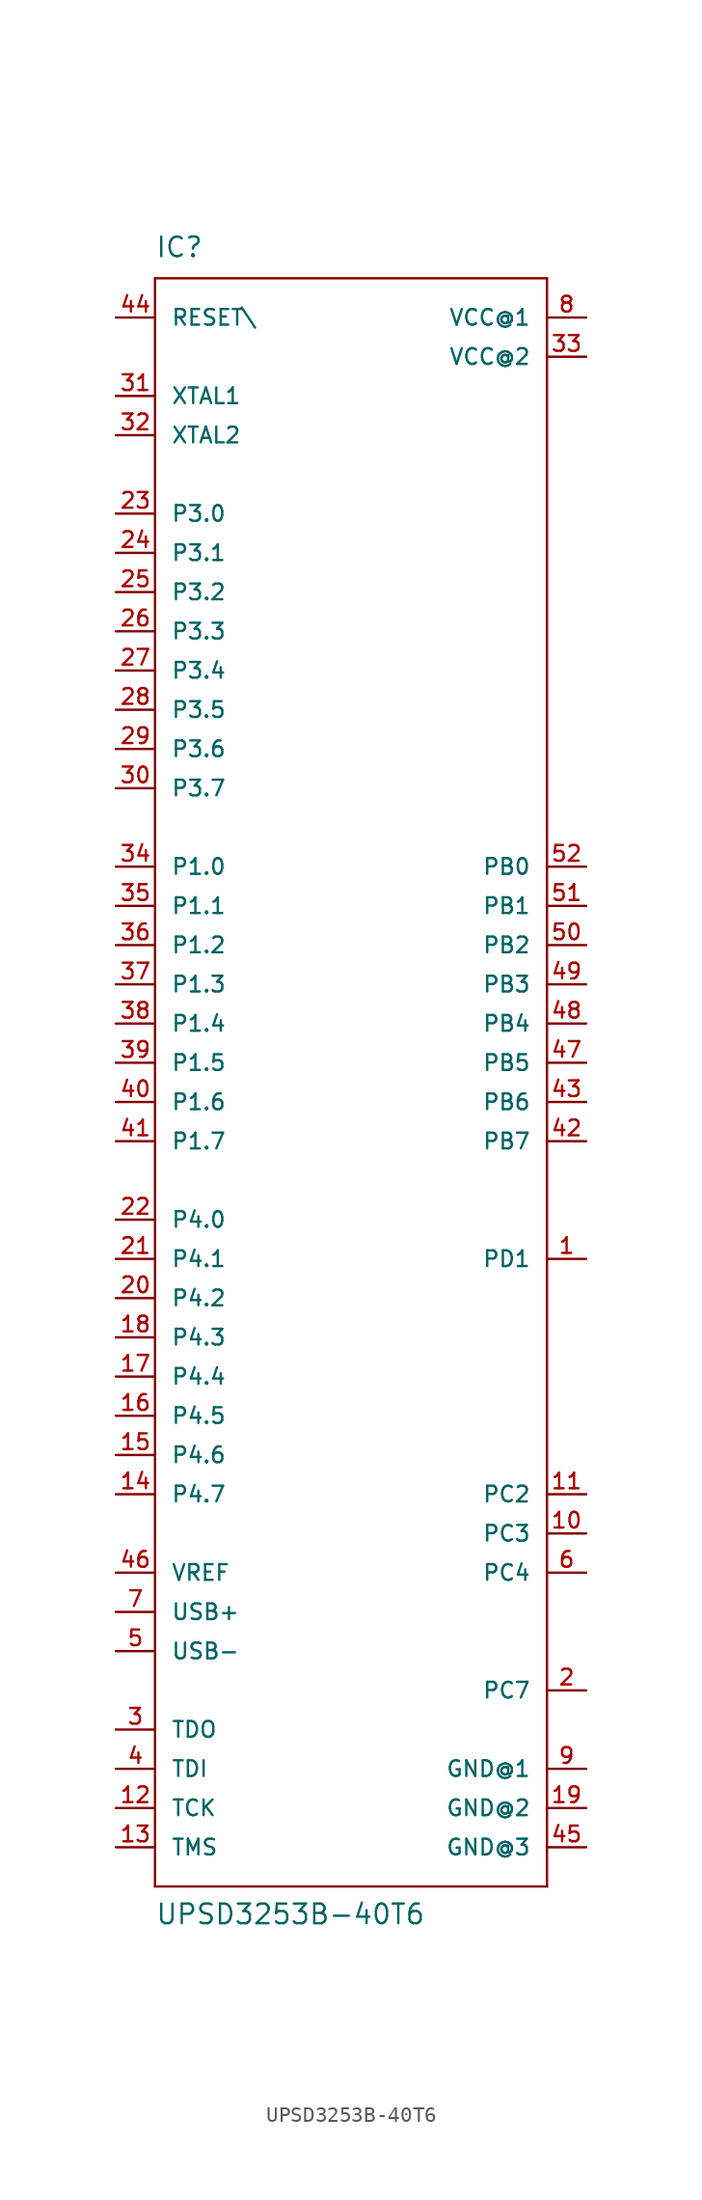
<source format=kicad_sym>
(kicad_symbol_lib
  (version 20211014)
  (generator kicad_symbol_editor)
  (symbol "UPSD3253B-40T6"
    (pin_names
      (offset 1.016))
    (property "Reference" "IC"
      (at -12.7 52.07 0)
      (effects (font (size 1.27 1.27)) (justify left bottom)))
    (property "Value" "UPSD3253B-40T6"
      (at -12.7 -55.88 0)
      (effects (font (size 1.27 1.27)) (justify left bottom)))
    (property "ki_locked" ""
      (at 0 0 0)
      (effects (font (size 1.27 1.27))))
    (symbol "UPSD3253B-40T6_1_0"
      (polyline (pts (xy -12.7 -53.34) (xy -12.7 50.8)) (stroke (width 0) (type default) (color 0 0 0 0)) (fill (type none)))
      (polyline (pts (xy -12.7 50.8) (xy 12.7 50.8)) (stroke (width 0) (type default) (color 0 0 0 0)) (fill (type none)))
      (polyline (pts (xy 12.7 -53.34) (xy -12.7 -53.34)) (stroke (width 0) (type default) (color 0 0 0 0)) (fill (type none)))
      (polyline (pts (xy 12.7 50.8) (xy 12.7 -53.34)) (stroke (width 0) (type default) (color 0 0 0 0)) (fill (type none))))
    (symbol "UPSD3253B-40T6_1_1"
      (pin bidirectional line (at 15.24 -12.7 180) (length 2.54) (name "PD1" (effects (font (size 1.016 1.016)))) (number "1" (effects (font (size 1.016 1.016)))))
      (pin bidirectional line (at 15.24 -30.48 180) (length 2.54) (name "PC3" (effects (font (size 1.016 1.016)))) (number "10" (effects (font (size 1.016 1.016)))))
      (pin bidirectional line (at 15.24 -27.94 180) (length 2.54) (name "PC2" (effects (font (size 1.016 1.016)))) (number "11" (effects (font (size 1.016 1.016)))))
      (pin input line (at -15.24 -48.26 0) (length 2.54) (name "TCK" (effects (font (size 1.016 1.016)))) (number "12" (effects (font (size 1.016 1.016)))))
      (pin input line (at -15.24 -50.8 0) (length 2.54) (name "TMS" (effects (font (size 1.016 1.016)))) (number "13" (effects (font (size 1.016 1.016)))))
      (pin bidirectional line (at -15.24 -27.94 0) (length 2.54) (name "P4.7" (effects (font (size 1.016 1.016)))) (number "14" (effects (font (size 1.016 1.016)))))
      (pin bidirectional line (at -15.24 -25.4 0) (length 2.54) (name "P4.6" (effects (font (size 1.016 1.016)))) (number "15" (effects (font (size 1.016 1.016)))))
      (pin bidirectional line (at -15.24 -22.86 0) (length 2.54) (name "P4.5" (effects (font (size 1.016 1.016)))) (number "16" (effects (font (size 1.016 1.016)))))
      (pin bidirectional line (at -15.24 -20.32 0) (length 2.54) (name "P4.4" (effects (font (size 1.016 1.016)))) (number "17" (effects (font (size 1.016 1.016)))))
      (pin bidirectional line (at -15.24 -17.78 0) (length 2.54) (name "P4.3" (effects (font (size 1.016 1.016)))) (number "18" (effects (font (size 1.016 1.016)))))
      (pin power_in line (at 15.24 -48.26 180) (length 2.54) (name "GND@2" (effects (font (size 1.016 1.016)))) (number "19" (effects (font (size 1.016 1.016)))))
      (pin bidirectional line (at 15.24 -40.64 180) (length 2.54) (name "PC7" (effects (font (size 1.016 1.016)))) (number "2" (effects (font (size 1.016 1.016)))))
      (pin bidirectional line (at -15.24 -15.24 0) (length 2.54) (name "P4.2" (effects (font (size 1.016 1.016)))) (number "20" (effects (font (size 1.016 1.016)))))
      (pin bidirectional line (at -15.24 -12.7 0) (length 2.54) (name "P4.1" (effects (font (size 1.016 1.016)))) (number "21" (effects (font (size 1.016 1.016)))))
      (pin bidirectional line (at -15.24 -10.16 0) (length 2.54) (name "P4.0" (effects (font (size 1.016 1.016)))) (number "22" (effects (font (size 1.016 1.016)))))
      (pin bidirectional line (at -15.24 35.56 0) (length 2.54) (name "P3.0" (effects (font (size 1.016 1.016)))) (number "23" (effects (font (size 1.016 1.016)))))
      (pin bidirectional line (at -15.24 33.02 0) (length 2.54) (name "P3.1" (effects (font (size 1.016 1.016)))) (number "24" (effects (font (size 1.016 1.016)))))
      (pin bidirectional line (at -15.24 30.48 0) (length 2.54) (name "P3.2" (effects (font (size 1.016 1.016)))) (number "25" (effects (font (size 1.016 1.016)))))
      (pin bidirectional line (at -15.24 27.94 0) (length 2.54) (name "P3.3" (effects (font (size 1.016 1.016)))) (number "26" (effects (font (size 1.016 1.016)))))
      (pin bidirectional line (at -15.24 25.4 0) (length 2.54) (name "P3.4" (effects (font (size 1.016 1.016)))) (number "27" (effects (font (size 1.016 1.016)))))
      (pin bidirectional line (at -15.24 22.86 0) (length 2.54) (name "P3.5" (effects (font (size 1.016 1.016)))) (number "28" (effects (font (size 1.016 1.016)))))
      (pin bidirectional line (at -15.24 20.32 0) (length 2.54) (name "P3.6" (effects (font (size 1.016 1.016)))) (number "29" (effects (font (size 1.016 1.016)))))
      (pin output line (at -15.24 -43.18 0) (length 2.54) (name "TDO" (effects (font (size 1.016 1.016)))) (number "3" (effects (font (size 1.016 1.016)))))
      (pin bidirectional line (at -15.24 17.78 0) (length 2.54) (name "P3.7" (effects (font (size 1.016 1.016)))) (number "30" (effects (font (size 1.016 1.016)))))
      (pin input line (at -15.24 43.18 0) (length 2.54) (name "XTAL1" (effects (font (size 1.016 1.016)))) (number "31" (effects (font (size 1.016 1.016)))))
      (pin output line (at -15.24 40.64 0) (length 2.54) (name "XTAL2" (effects (font (size 1.016 1.016)))) (number "32" (effects (font (size 1.016 1.016)))))
      (pin power_in line (at 15.24 45.72 180) (length 2.54) (name "VCC@2" (effects (font (size 1.016 1.016)))) (number "33" (effects (font (size 1.016 1.016)))))
      (pin bidirectional line (at -15.24 12.7 0) (length 2.54) (name "P1.0" (effects (font (size 1.016 1.016)))) (number "34" (effects (font (size 1.016 1.016)))))
      (pin bidirectional line (at -15.24 10.16 0) (length 2.54) (name "P1.1" (effects (font (size 1.016 1.016)))) (number "35" (effects (font (size 1.016 1.016)))))
      (pin bidirectional line (at -15.24 7.62 0) (length 2.54) (name "P1.2" (effects (font (size 1.016 1.016)))) (number "36" (effects (font (size 1.016 1.016)))))
      (pin bidirectional line (at -15.24 5.08 0) (length 2.54) (name "P1.3" (effects (font (size 1.016 1.016)))) (number "37" (effects (font (size 1.016 1.016)))))
      (pin bidirectional line (at -15.24 2.54 0) (length 2.54) (name "P1.4" (effects (font (size 1.016 1.016)))) (number "38" (effects (font (size 1.016 1.016)))))
      (pin bidirectional line (at -15.24 0 0) (length 2.54) (name "P1.5" (effects (font (size 1.016 1.016)))) (number "39" (effects (font (size 1.016 1.016)))))
      (pin input line (at -15.24 -45.72 0) (length 2.54) (name "TDI" (effects (font (size 1.016 1.016)))) (number "4" (effects (font (size 1.016 1.016)))))
      (pin bidirectional line (at -15.24 -2.54 0) (length 2.54) (name "P1.6" (effects (font (size 1.016 1.016)))) (number "40" (effects (font (size 1.016 1.016)))))
      (pin bidirectional line (at -15.24 -5.08 0) (length 2.54) (name "P1.7" (effects (font (size 1.016 1.016)))) (number "41" (effects (font (size 1.016 1.016)))))
      (pin bidirectional line (at 15.24 -5.08 180) (length 2.54) (name "PB7" (effects (font (size 1.016 1.016)))) (number "42" (effects (font (size 1.016 1.016)))))
      (pin bidirectional line (at 15.24 -2.54 180) (length 2.54) (name "PB6" (effects (font (size 1.016 1.016)))) (number "43" (effects (font (size 1.016 1.016)))))
      (pin input line (at -15.24 48.26 0) (length 2.54) (name "RESET\\" (effects (font (size 1.016 1.016)))) (number "44" (effects (font (size 1.016 1.016)))))
      (pin power_in line (at 15.24 -50.8 180) (length 2.54) (name "GND@3" (effects (font (size 1.016 1.016)))) (number "45" (effects (font (size 1.016 1.016)))))
      (pin output line (at -15.24 -33.02 0) (length 2.54) (name "VREF" (effects (font (size 1.016 1.016)))) (number "46" (effects (font (size 1.016 1.016)))))
      (pin bidirectional line (at 15.24 0 180) (length 2.54) (name "PB5" (effects (font (size 1.016 1.016)))) (number "47" (effects (font (size 1.016 1.016)))))
      (pin bidirectional line (at 15.24 2.54 180) (length 2.54) (name "PB4" (effects (font (size 1.016 1.016)))) (number "48" (effects (font (size 1.016 1.016)))))
      (pin bidirectional line (at 15.24 5.08 180) (length 2.54) (name "PB3" (effects (font (size 1.016 1.016)))) (number "49" (effects (font (size 1.016 1.016)))))
      (pin bidirectional line (at -15.24 -38.1 0) (length 2.54) (name "USB-" (effects (font (size 1.016 1.016)))) (number "5" (effects (font (size 1.016 1.016)))))
      (pin bidirectional line (at 15.24 7.62 180) (length 2.54) (name "PB2" (effects (font (size 1.016 1.016)))) (number "50" (effects (font (size 1.016 1.016)))))
      (pin bidirectional line (at 15.24 10.16 180) (length 2.54) (name "PB1" (effects (font (size 1.016 1.016)))) (number "51" (effects (font (size 1.016 1.016)))))
      (pin bidirectional line (at 15.24 12.7 180) (length 2.54) (name "PB0" (effects (font (size 1.016 1.016)))) (number "52" (effects (font (size 1.016 1.016)))))
      (pin bidirectional line (at 15.24 -33.02 180) (length 2.54) (name "PC4" (effects (font (size 1.016 1.016)))) (number "6" (effects (font (size 1.016 1.016)))))
      (pin bidirectional line (at -15.24 -35.56 0) (length 2.54) (name "USB+" (effects (font (size 1.016 1.016)))) (number "7" (effects (font (size 1.016 1.016)))))
      (pin power_in line (at 15.24 48.26 180) (length 2.54) (name "VCC@1" (effects (font (size 1.016 1.016)))) (number "8" (effects (font (size 1.016 1.016)))))
      (pin power_in line (at 15.24 -45.72 180) (length 2.54) (name "GND@1" (effects (font (size 1.016 1.016)))) (number "9" (effects (font (size 1.016 1.016))))))))
</source>
